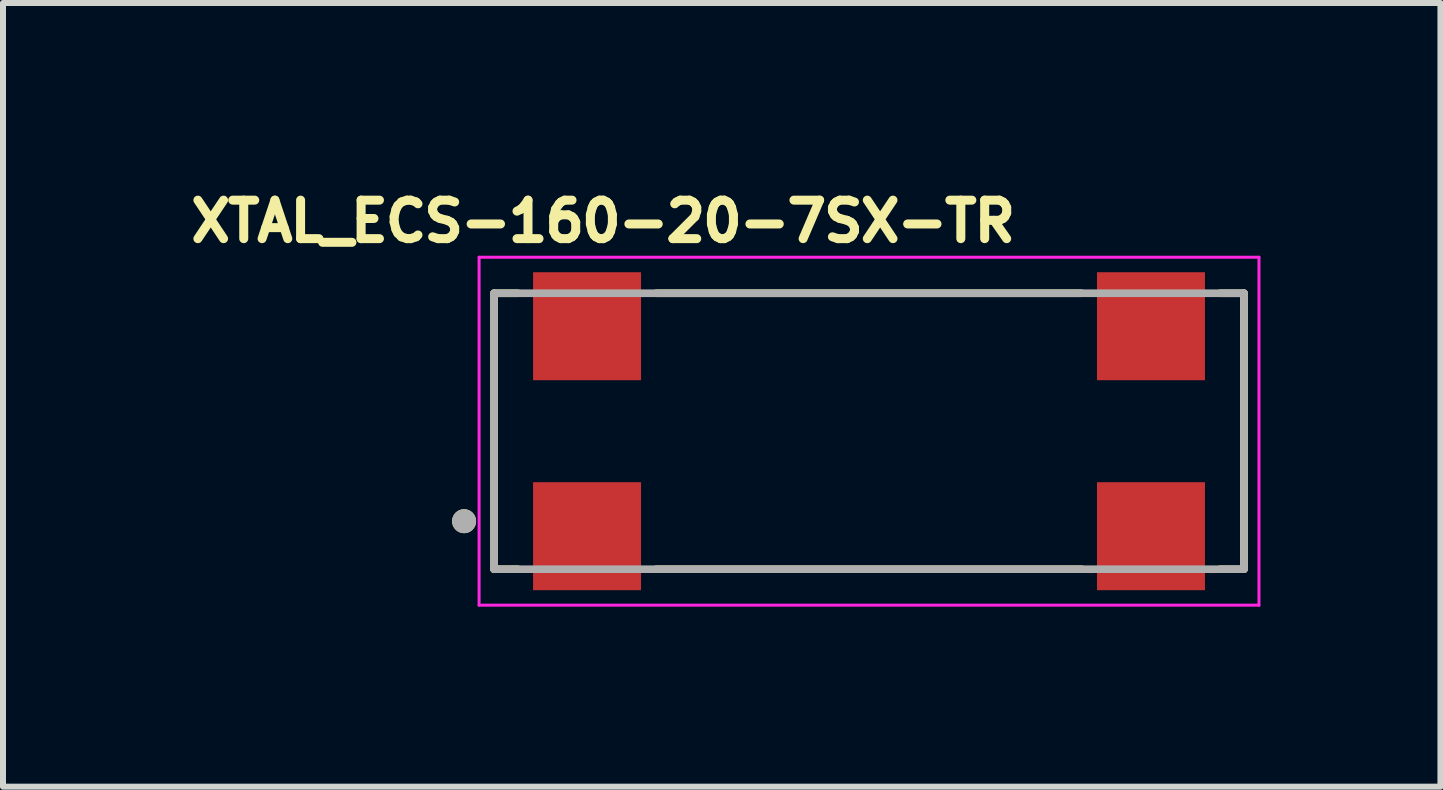
<source format=kicad_pcb>
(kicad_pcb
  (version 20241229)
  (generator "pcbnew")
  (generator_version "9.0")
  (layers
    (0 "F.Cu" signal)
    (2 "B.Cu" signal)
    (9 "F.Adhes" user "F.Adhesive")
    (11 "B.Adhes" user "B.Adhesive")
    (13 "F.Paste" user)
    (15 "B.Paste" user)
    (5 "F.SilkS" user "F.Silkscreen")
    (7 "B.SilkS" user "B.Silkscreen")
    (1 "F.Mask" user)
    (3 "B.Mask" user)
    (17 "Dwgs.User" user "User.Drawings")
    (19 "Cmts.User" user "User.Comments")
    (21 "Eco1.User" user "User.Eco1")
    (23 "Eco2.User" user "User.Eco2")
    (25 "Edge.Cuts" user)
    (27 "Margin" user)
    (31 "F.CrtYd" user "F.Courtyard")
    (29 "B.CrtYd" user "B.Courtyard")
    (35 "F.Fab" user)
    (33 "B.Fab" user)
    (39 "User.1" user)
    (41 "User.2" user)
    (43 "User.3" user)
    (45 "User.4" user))
  (footprint "XTAL_ECS-160-20-7SX-TR"
    (layer "F.Cu")
    (at 11.436 4.138)
    (property "Reference" "XTAL_ECS-160-20-7SX-TR" (at -4.431 -3.499 0) (layer "F.SilkS") (effects (font (size 0.642 0.642) (thickness 0.15))))
    (attr smd)
    (fp_line (start -6.25 -2.3) (end -6.25 2.3) (stroke (width 0.127) (type solid)) (layer "F.SilkS"))
    (fp_line (start -6.25 2.3) (end -5.854 2.3) (stroke (width 0.127) (type solid)) (layer "F.SilkS"))
    (fp_line (start -5.854 -2.3) (end -6.25 -2.3) (stroke (width 0.127) (type solid)) (layer "F.SilkS"))
    (fp_line (start -3.546 -2.3) (end 3.546 -2.3) (stroke (width 0.127) (type solid)) (layer "F.SilkS"))
    (fp_line (start -3.546 2.3) (end 3.546 2.3) (stroke (width 0.127) (type solid)) (layer "F.SilkS"))
    (fp_line (start 5.854 -2.3) (end 6.25 -2.3) (stroke (width 0.127) (type solid)) (layer "F.SilkS"))
    (fp_line (start 6.25 -2.3) (end 6.25 2.3) (stroke (width 0.127) (type solid)) (layer "F.SilkS"))
    (fp_line (start 6.25 2.3) (end 5.854 2.3) (stroke (width 0.127) (type solid)) (layer "F.SilkS"))
    (fp_circle (center -6.75 1.5) (end -6.65 1.5) (stroke (width 0.2) (type solid)) (fill no) (layer "F.SilkS"))
    (fp_line (start -6.5 -2.9) (end -6.5 2.9) (stroke (width 0.05) (type solid)) (layer "F.CrtYd"))
    (fp_line (start -6.5 2.9) (end 6.5 2.9) (stroke (width 0.05) (type solid)) (layer "F.CrtYd"))
    (fp_line (start 6.5 -2.9) (end -6.5 -2.9) (stroke (width 0.05) (type solid)) (layer "F.CrtYd"))
    (fp_line (start 6.5 2.9) (end 6.5 -2.9) (stroke (width 0.05) (type solid)) (layer "F.CrtYd"))
    (fp_line (start -6.25 -2.3) (end -6.25 2.3) (stroke (width 0.127) (type solid)) (layer "F.Fab"))
    (fp_line (start -6.25 2.3) (end 6.25 2.3) (stroke (width 0.127) (type solid)) (layer "F.Fab"))
    (fp_line (start 6.25 -2.3) (end -6.25 -2.3) (stroke (width 0.127) (type solid)) (layer "F.Fab"))
    (fp_line (start 6.25 2.3) (end 6.25 -2.3) (stroke (width 0.127) (type solid)) (layer "F.Fab"))
    (fp_circle (center -6.75 1.5) (end -6.65 1.5) (stroke (width 0.2) (type solid)) (fill no) (layer "F.Fab"))
    (pad "1" smd rect (at -4.7 1.75) (size 1.8 1.8) (layers "F.Cu" "F.Mask" "F.Paste"))
    (pad "2" smd rect (at 4.7 1.75) (size 1.8 1.8) (layers "F.Cu" "F.Mask" "F.Paste"))
    (pad "3" smd rect (at 4.7 -1.75) (size 1.8 1.8) (layers "F.Cu" "F.Mask" "F.Paste"))
    (pad "4" smd rect (at -4.7 -1.75) (size 1.8 1.8) (layers "F.Cu" "F.Mask" "F.Paste")))
  (gr_rect
    (start -3 -3)
    (end 20.961 10.063)
    (stroke (width 0.1) (type default))
    (fill no)
    (layer "Edge.Cuts")))
</source>
